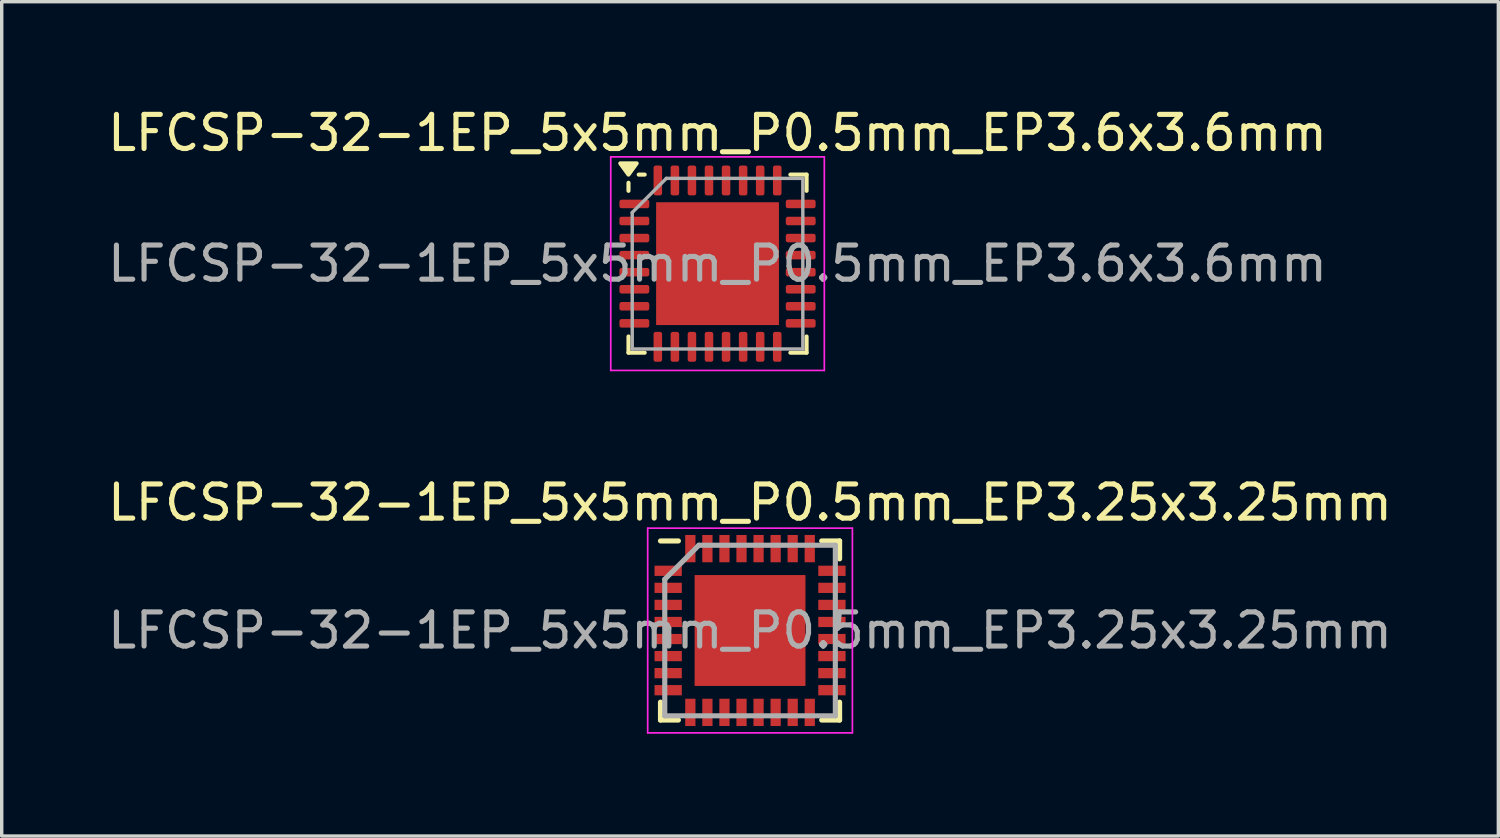
<source format=kicad_pcb>
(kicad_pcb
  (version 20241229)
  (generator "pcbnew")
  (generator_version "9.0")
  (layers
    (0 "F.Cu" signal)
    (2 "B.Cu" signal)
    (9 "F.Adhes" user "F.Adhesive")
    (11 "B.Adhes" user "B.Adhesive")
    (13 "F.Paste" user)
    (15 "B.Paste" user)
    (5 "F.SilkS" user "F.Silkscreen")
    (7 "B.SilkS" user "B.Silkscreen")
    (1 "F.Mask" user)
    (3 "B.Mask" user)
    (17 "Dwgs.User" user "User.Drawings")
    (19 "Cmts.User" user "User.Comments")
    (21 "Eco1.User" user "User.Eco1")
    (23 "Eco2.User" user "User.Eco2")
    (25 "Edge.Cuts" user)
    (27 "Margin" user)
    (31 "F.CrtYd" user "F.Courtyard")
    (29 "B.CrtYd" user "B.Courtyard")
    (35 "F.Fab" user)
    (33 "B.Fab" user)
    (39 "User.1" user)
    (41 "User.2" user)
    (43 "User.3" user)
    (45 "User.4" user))
  (footprint "LFCSP-32-1EP_5x5mm_P0.5mm_EP3.25x3.25mm"
    (layer "F.Cu")
    (at 18.935 15.431)
    (property "Reference" "LFCSP-32-1EP_5x5mm_P0.5mm_EP3.25x3.25mm" (at 0 -3.75 0) (layer "F.SilkS") (effects (font (size 1 1) (thickness 0.15))))
    (attr smd)
    (fp_line (start -2.625 -2.625) (end -2.1 -2.625) (stroke (width 0.15) (type solid)) (layer "F.SilkS"))
    (fp_line (start -2.625 2.625) (end -2.625 2.1) (stroke (width 0.15) (type solid)) (layer "F.SilkS"))
    (fp_line (start -2.625 2.625) (end -2.1 2.625) (stroke (width 0.15) (type solid)) (layer "F.SilkS"))
    (fp_line (start 2.625 -2.625) (end 2.1 -2.625) (stroke (width 0.15) (type solid)) (layer "F.SilkS"))
    (fp_line (start 2.625 -2.625) (end 2.625 -2.1) (stroke (width 0.15) (type solid)) (layer "F.SilkS"))
    (fp_line (start 2.625 2.625) (end 2.1 2.625) (stroke (width 0.15) (type solid)) (layer "F.SilkS"))
    (fp_line (start 2.625 2.625) (end 2.625 2.1) (stroke (width 0.15) (type solid)) (layer "F.SilkS"))
    (fp_line (start -3 -3) (end -3 3) (stroke (width 0.05) (type solid)) (layer "F.CrtYd"))
    (fp_line (start -3 -3) (end 3 -3) (stroke (width 0.05) (type solid)) (layer "F.CrtYd"))
    (fp_line (start -3 3) (end 3 3) (stroke (width 0.05) (type solid)) (layer "F.CrtYd"))
    (fp_line (start 3 -3) (end 3 3) (stroke (width 0.05) (type solid)) (layer "F.CrtYd"))
    (fp_line (start -2.5 -1.5) (end -1.5 -2.5) (stroke (width 0.15) (type solid)) (layer "F.Fab"))
    (fp_line (start -2.5 2.5) (end -2.5 -1.5) (stroke (width 0.15) (type solid)) (layer "F.Fab"))
    (fp_line (start -1.5 -2.5) (end 2.5 -2.5) (stroke (width 0.15) (type solid)) (layer "F.Fab"))
    (fp_line (start 2.5 -2.5) (end 2.5 2.5) (stroke (width 0.15) (type solid)) (layer "F.Fab"))
    (fp_line (start 2.5 2.5) (end -2.5 2.5) (stroke (width 0.15) (type solid)) (layer "F.Fab"))
    (fp_text user "${REFERENCE}" (at 0 0 0) (layer "F.Fab") (effects (font (size 1 1) (thickness 0.15))))
    (pad "" smd rect (at -0.8 -0.8) (size 1.3 1.3) (layers "F.Paste"))
    (pad "" smd rect (at -0.8 0.8) (size 1.3 1.3) (layers "F.Paste"))
    (pad "" smd rect (at 0.8 -0.8) (size 1.3 1.3) (layers "F.Paste"))
    (pad "" smd rect (at 0.8 0.8) (size 1.3 1.3) (layers "F.Paste"))
    (pad "1" smd rect (at -2.4 -1.75) (size 0.8 0.3) (layers "F.Cu" "F.Mask" "F.Paste"))
    (pad "2" smd rect (at -2.4 -1.25) (size 0.8 0.3) (layers "F.Cu" "F.Mask" "F.Paste"))
    (pad "3" smd rect (at -2.4 -0.75) (size 0.8 0.3) (layers "F.Cu" "F.Mask" "F.Paste"))
    (pad "4" smd rect (at -2.4 -0.25) (size 0.8 0.3) (layers "F.Cu" "F.Mask" "F.Paste"))
    (pad "5" smd rect (at -2.4 0.25) (size 0.8 0.3) (layers "F.Cu" "F.Mask" "F.Paste"))
    (pad "6" smd rect (at -2.4 0.75) (size 0.8 0.3) (layers "F.Cu" "F.Mask" "F.Paste"))
    (pad "7" smd rect (at -2.4 1.25) (size 0.8 0.3) (layers "F.Cu" "F.Mask" "F.Paste"))
    (pad "8" smd rect (at -2.4 1.75) (size 0.8 0.3) (layers "F.Cu" "F.Mask" "F.Paste"))
    (pad "9" smd rect (at -1.75 2.4 90) (size 0.8 0.3) (layers "F.Cu" "F.Mask" "F.Paste"))
    (pad "10" smd rect (at -1.25 2.4 90) (size 0.8 0.3) (layers "F.Cu" "F.Mask" "F.Paste"))
    (pad "11" smd rect (at -0.75 2.4 90) (size 0.8 0.3) (layers "F.Cu" "F.Mask" "F.Paste"))
    (pad "12" smd rect (at -0.25 2.4 90) (size 0.8 0.3) (layers "F.Cu" "F.Mask" "F.Paste"))
    (pad "13" smd rect (at 0.25 2.4 90) (size 0.8 0.3) (layers "F.Cu" "F.Mask" "F.Paste"))
    (pad "14" smd rect (at 0.75 2.4 90) (size 0.8 0.3) (layers "F.Cu" "F.Mask" "F.Paste"))
    (pad "15" smd rect (at 1.25 2.4 90) (size 0.8 0.3) (layers "F.Cu" "F.Mask" "F.Paste"))
    (pad "16" smd rect (at 1.75 2.4 90) (size 0.8 0.3) (layers "F.Cu" "F.Mask" "F.Paste"))
    (pad "17" smd rect (at 2.4 1.75) (size 0.8 0.3) (layers "F.Cu" "F.Mask" "F.Paste"))
    (pad "18" smd rect (at 2.4 1.25) (size 0.8 0.3) (layers "F.Cu" "F.Mask" "F.Paste"))
    (pad "19" smd rect (at 2.4 0.75) (size 0.8 0.3) (layers "F.Cu" "F.Mask" "F.Paste"))
    (pad "20" smd rect (at 2.4 0.25) (size 0.8 0.3) (layers "F.Cu" "F.Mask" "F.Paste"))
    (pad "21" smd rect (at 2.4 -0.25) (size 0.8 0.3) (layers "F.Cu" "F.Mask" "F.Paste"))
    (pad "22" smd rect (at 2.4 -0.75) (size 0.8 0.3) (layers "F.Cu" "F.Mask" "F.Paste"))
    (pad "23" smd rect (at 2.4 -1.25) (size 0.8 0.3) (layers "F.Cu" "F.Mask" "F.Paste"))
    (pad "24" smd rect (at 2.4 -1.75) (size 0.8 0.3) (layers "F.Cu" "F.Mask" "F.Paste"))
    (pad "25" smd rect (at 1.75 -2.4 90) (size 0.8 0.3) (layers "F.Cu" "F.Mask" "F.Paste"))
    (pad "26" smd rect (at 1.25 -2.4 90) (size 0.8 0.3) (layers "F.Cu" "F.Mask" "F.Paste"))
    (pad "27" smd rect (at 0.75 -2.4 90) (size 0.8 0.3) (layers "F.Cu" "F.Mask" "F.Paste"))
    (pad "28" smd rect (at 0.25 -2.4 90) (size 0.8 0.3) (layers "F.Cu" "F.Mask" "F.Paste"))
    (pad "29" smd rect (at -0.25 -2.4 90) (size 0.8 0.3) (layers "F.Cu" "F.Mask" "F.Paste"))
    (pad "30" smd rect (at -0.75 -2.4 90) (size 0.8 0.3) (layers "F.Cu" "F.Mask" "F.Paste"))
    (pad "31" smd rect (at -1.25 -2.4 90) (size 0.8 0.3) (layers "F.Cu" "F.Mask" "F.Paste"))
    (pad "32" smd rect (at -1.75 -2.4 90) (size 0.8 0.3) (layers "F.Cu" "F.Mask" "F.Paste"))
    (pad "33" smd rect (at 0 0) (size 3.25 3.25) (layers "F.Cu" "F.Mask")))
  (footprint "LFCSP-32-1EP_5x5mm_P0.5mm_EP3.6x3.6mm"
    (layer "F.Cu")
    (at 17.982 4.678)
    (property "Reference" "LFCSP-32-1EP_5x5mm_P0.5mm_EP3.6x3.6mm" (at 0 -3.83 0) (layer "F.SilkS") (effects (font (size 1 1) (thickness 0.15))))
    (attr smd)
    (fp_line (start -2.61 -2.135) (end -2.61 -2.37) (stroke (width 0.12) (type solid)) (layer "F.SilkS"))
    (fp_line (start -2.61 2.61) (end -2.61 2.135) (stroke (width 0.12) (type solid)) (layer "F.SilkS"))
    (fp_line (start -2.135 -2.61) (end -2.31 -2.61) (stroke (width 0.12) (type solid)) (layer "F.SilkS"))
    (fp_line (start -2.135 2.61) (end -2.61 2.61) (stroke (width 0.12) (type solid)) (layer "F.SilkS"))
    (fp_line (start 2.135 -2.61) (end 2.61 -2.61) (stroke (width 0.12) (type solid)) (layer "F.SilkS"))
    (fp_line (start 2.135 2.61) (end 2.61 2.61) (stroke (width 0.12) (type solid)) (layer "F.SilkS"))
    (fp_line (start 2.61 -2.61) (end 2.61 -2.135) (stroke (width 0.12) (type solid)) (layer "F.SilkS"))
    (fp_line (start 2.61 2.61) (end 2.61 2.135) (stroke (width 0.12) (type solid)) (layer "F.SilkS"))
    (fp_poly (pts (xy -2.61 -2.61) (xy -2.85 -2.94) (xy -2.37 -2.94) (xy -2.61 -2.61)) (stroke (width 0.12) (type solid)) (fill yes) (layer "F.SilkS"))
    (fp_line (start -3.13 -3.13) (end -3.13 3.13) (stroke (width 0.05) (type solid)) (layer "F.CrtYd"))
    (fp_line (start -3.13 3.13) (end 3.13 3.13) (stroke (width 0.05) (type solid)) (layer "F.CrtYd"))
    (fp_line (start 3.13 -3.13) (end -3.13 -3.13) (stroke (width 0.05) (type solid)) (layer "F.CrtYd"))
    (fp_line (start 3.13 3.13) (end 3.13 -3.13) (stroke (width 0.05) (type solid)) (layer "F.CrtYd"))
    (fp_line (start -2.5 -1.5) (end -1.5 -2.5) (stroke (width 0.1) (type solid)) (layer "F.Fab"))
    (fp_line (start -2.5 2.5) (end -2.5 -1.5) (stroke (width 0.1) (type solid)) (layer "F.Fab"))
    (fp_line (start -1.5 -2.5) (end 2.5 -2.5) (stroke (width 0.1) (type solid)) (layer "F.Fab"))
    (fp_line (start 2.5 -2.5) (end 2.5 2.5) (stroke (width 0.1) (type solid)) (layer "F.Fab"))
    (fp_line (start 2.5 2.5) (end -2.5 2.5) (stroke (width 0.1) (type solid)) (layer "F.Fab"))
    (fp_text user "${REFERENCE}" (at 0 0 0) (layer "F.Fab") (effects (font (size 1 1) (thickness 0.15))))
    (pad "" smd roundrect (at -0.9 -0.9) (size 1.45 1.45) (layers "F.Paste") (roundrect_rratio 0.172))
    (pad "" smd roundrect (at -0.9 0.9) (size 1.45 1.45) (layers "F.Paste") (roundrect_rratio 0.172))
    (pad "" smd roundrect (at 0.9 -0.9) (size 1.45 1.45) (layers "F.Paste") (roundrect_rratio 0.172))
    (pad "" smd roundrect (at 0.9 0.9) (size 1.45 1.45) (layers "F.Paste") (roundrect_rratio 0.172))
    (pad "1" smd roundrect (at -2.438 -1.75) (size 0.875 0.25) (layers "F.Cu" "F.Mask" "F.Paste") (roundrect_rratio 0.25))
    (pad "2" smd roundrect (at -2.438 -1.25) (size 0.875 0.25) (layers "F.Cu" "F.Mask" "F.Paste") (roundrect_rratio 0.25))
    (pad "3" smd roundrect (at -2.438 -0.75) (size 0.875 0.25) (layers "F.Cu" "F.Mask" "F.Paste") (roundrect_rratio 0.25))
    (pad "4" smd roundrect (at -2.438 -0.25) (size 0.875 0.25) (layers "F.Cu" "F.Mask" "F.Paste") (roundrect_rratio 0.25))
    (pad "5" smd roundrect (at -2.438 0.25) (size 0.875 0.25) (layers "F.Cu" "F.Mask" "F.Paste") (roundrect_rratio 0.25))
    (pad "6" smd roundrect (at -2.438 0.75) (size 0.875 0.25) (layers "F.Cu" "F.Mask" "F.Paste") (roundrect_rratio 0.25))
    (pad "7" smd roundrect (at -2.438 1.25) (size 0.875 0.25) (layers "F.Cu" "F.Mask" "F.Paste") (roundrect_rratio 0.25))
    (pad "8" smd roundrect (at -2.438 1.75) (size 0.875 0.25) (layers "F.Cu" "F.Mask" "F.Paste") (roundrect_rratio 0.25))
    (pad "9" smd roundrect (at -1.75 2.438) (size 0.25 0.875) (layers "F.Cu" "F.Mask" "F.Paste") (roundrect_rratio 0.25))
    (pad "10" smd roundrect (at -1.25 2.438) (size 0.25 0.875) (layers "F.Cu" "F.Mask" "F.Paste") (roundrect_rratio 0.25))
    (pad "11" smd roundrect (at -0.75 2.438) (size 0.25 0.875) (layers "F.Cu" "F.Mask" "F.Paste") (roundrect_rratio 0.25))
    (pad "12" smd roundrect (at -0.25 2.438) (size 0.25 0.875) (layers "F.Cu" "F.Mask" "F.Paste") (roundrect_rratio 0.25))
    (pad "13" smd roundrect (at 0.25 2.438) (size 0.25 0.875) (layers "F.Cu" "F.Mask" "F.Paste") (roundrect_rratio 0.25))
    (pad "14" smd roundrect (at 0.75 2.438) (size 0.25 0.875) (layers "F.Cu" "F.Mask" "F.Paste") (roundrect_rratio 0.25))
    (pad "15" smd roundrect (at 1.25 2.438) (size 0.25 0.875) (layers "F.Cu" "F.Mask" "F.Paste") (roundrect_rratio 0.25))
    (pad "16" smd roundrect (at 1.75 2.438) (size 0.25 0.875) (layers "F.Cu" "F.Mask" "F.Paste") (roundrect_rratio 0.25))
    (pad "17" smd roundrect (at 2.438 1.75) (size 0.875 0.25) (layers "F.Cu" "F.Mask" "F.Paste") (roundrect_rratio 0.25))
    (pad "18" smd roundrect (at 2.438 1.25) (size 0.875 0.25) (layers "F.Cu" "F.Mask" "F.Paste") (roundrect_rratio 0.25))
    (pad "19" smd roundrect (at 2.438 0.75) (size 0.875 0.25) (layers "F.Cu" "F.Mask" "F.Paste") (roundrect_rratio 0.25))
    (pad "20" smd roundrect (at 2.438 0.25) (size 0.875 0.25) (layers "F.Cu" "F.Mask" "F.Paste") (roundrect_rratio 0.25))
    (pad "21" smd roundrect (at 2.438 -0.25) (size 0.875 0.25) (layers "F.Cu" "F.Mask" "F.Paste") (roundrect_rratio 0.25))
    (pad "22" smd roundrect (at 2.438 -0.75) (size 0.875 0.25) (layers "F.Cu" "F.Mask" "F.Paste") (roundrect_rratio 0.25))
    (pad "23" smd roundrect (at 2.438 -1.25) (size 0.875 0.25) (layers "F.Cu" "F.Mask" "F.Paste") (roundrect_rratio 0.25))
    (pad "24" smd roundrect (at 2.438 -1.75) (size 0.875 0.25) (layers "F.Cu" "F.Mask" "F.Paste") (roundrect_rratio 0.25))
    (pad "25" smd roundrect (at 1.75 -2.438) (size 0.25 0.875) (layers "F.Cu" "F.Mask" "F.Paste") (roundrect_rratio 0.25))
    (pad "26" smd roundrect (at 1.25 -2.438) (size 0.25 0.875) (layers "F.Cu" "F.Mask" "F.Paste") (roundrect_rratio 0.25))
    (pad "27" smd roundrect (at 0.75 -2.438) (size 0.25 0.875) (layers "F.Cu" "F.Mask" "F.Paste") (roundrect_rratio 0.25))
    (pad "28" smd roundrect (at 0.25 -2.438) (size 0.25 0.875) (layers "F.Cu" "F.Mask" "F.Paste") (roundrect_rratio 0.25))
    (pad "29" smd roundrect (at -0.25 -2.438) (size 0.25 0.875) (layers "F.Cu" "F.Mask" "F.Paste") (roundrect_rratio 0.25))
    (pad "30" smd roundrect (at -0.75 -2.438) (size 0.25 0.875) (layers "F.Cu" "F.Mask" "F.Paste") (roundrect_rratio 0.25))
    (pad "31" smd roundrect (at -1.25 -2.438) (size 0.25 0.875) (layers "F.Cu" "F.Mask" "F.Paste") (roundrect_rratio 0.25))
    (pad "32" smd roundrect (at -1.75 -2.438) (size 0.25 0.875) (layers "F.Cu" "F.Mask" "F.Paste") (roundrect_rratio 0.25))
    (pad "33" smd rect (at 0 0) (size 3.6 3.6) (property pad_prop_heatsink) (layers "F.Cu" "F.Mask")))
  (gr_rect
    (start -3 -3)
    (end 40.869 21.456)
    (stroke (width 0.1) (type default))
    (fill no)
    (layer "Edge.Cuts")))
</source>
